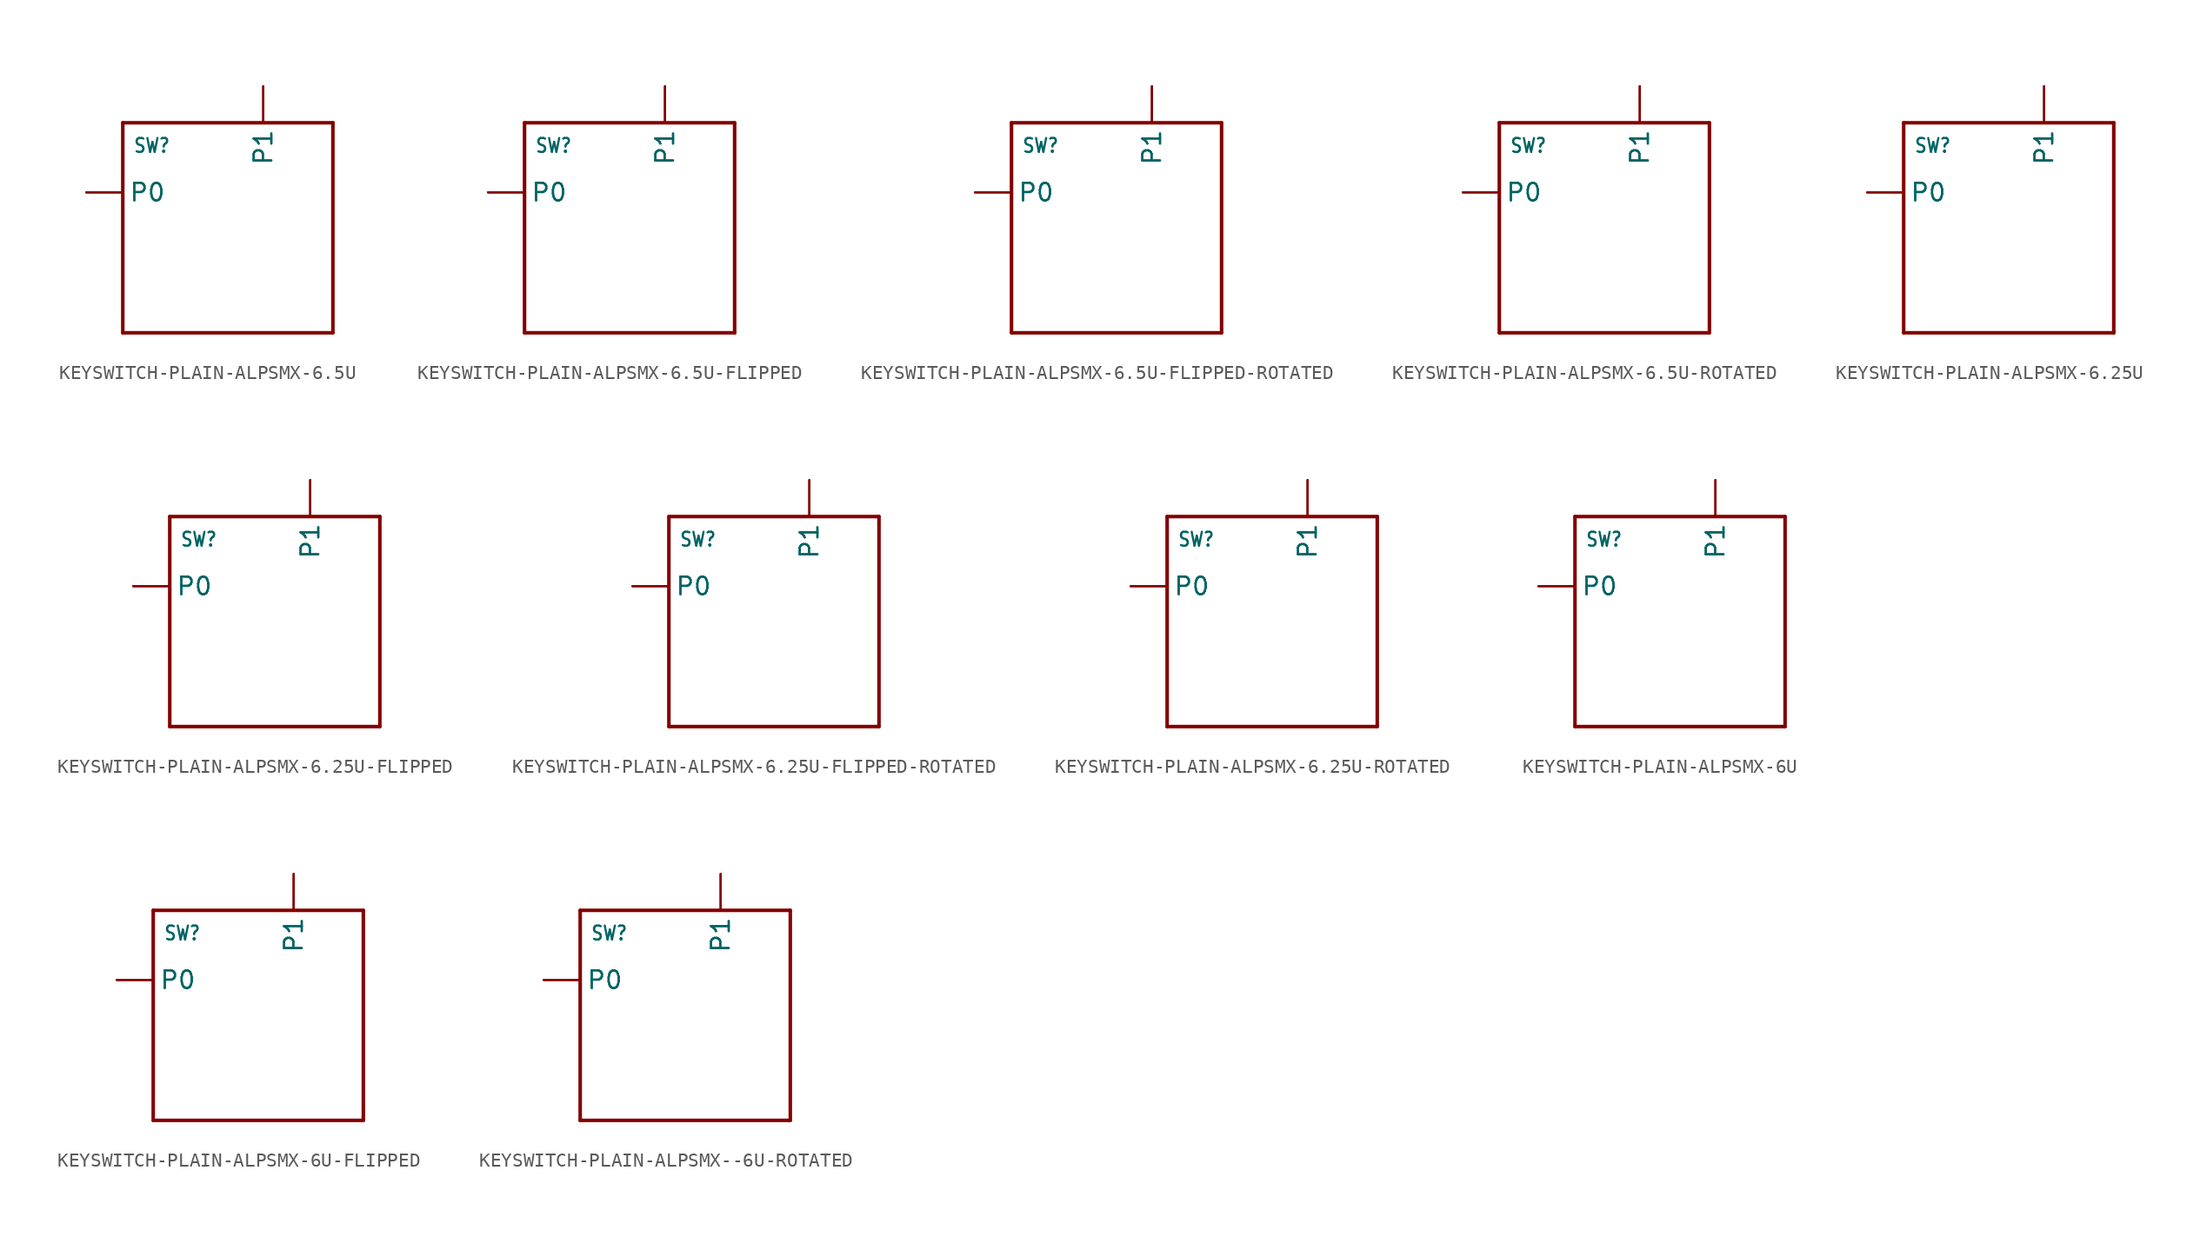
<source format=kicad_sym>
(kicad_symbol_lib
  (version 20211014)
  (generator kicad_symbol_editor)
  (symbol "KEYSWITCH-PLAIN-ALPSMX-6.5U"
    (property "Reference" "SW"
      (at -6.81 5.318 0)
      (effects (font (size 1 0.85)) (justify left bottom)))
    (property "ki_locked" ""
      (at 0 0 0)
      (effects (font (size 1.27 1.27))))
    (symbol "KEYSWITCH-PLAIN-ALPSMX-6.5U_1_0"
      (polyline (pts (xy -7.54 -7.54) (xy -7.54 7.54)) (stroke (width 0.254) (type default) (color 0 0 0 0)) (fill (type none)))
      (polyline (pts (xy -7.54 7.54) (xy 7.54 7.54)) (stroke (width 0.254) (type default) (color 0 0 0 0)) (fill (type none)))
      (polyline (pts (xy 7.54 -7.54) (xy -7.54 -7.54)) (stroke (width 0.254) (type default) (color 0 0 0 0)) (fill (type none)))
      (polyline (pts (xy 7.54 7.54) (xy 7.54 -7.54)) (stroke (width 0.254) (type default) (color 0 0 0 0)) (fill (type none)))
      (pin bidirectional line (at -10.16 2.54 0) (length 2.54) (name "P0" (effects (font (size 1.27 1.27)))) (number "ALPS1" (effects (font (size 0 0)))))
      (pin bidirectional line (at 2.54 10.16 270) (length 2.54) (name "P1" (effects (font (size 1.27 1.27)))) (number "ALPS2" (effects (font (size 0 0)))))
      (pin bidirectional line (at -10.16 2.54 0) (length 2.54) (name "P0" (effects (font (size 1.27 1.27)))) (number "MX1" (effects (font (size 0 0)))))
      (pin bidirectional line (at 2.54 10.16 270) (length 2.54) (name "P1" (effects (font (size 1.27 1.27)))) (number "MX2" (effects (font (size 0 0)))))))
  (symbol "KEYSWITCH-PLAIN-ALPSMX-6.5U-FLIPPED"
    (property "Reference" "SW"
      (at -6.81 5.318 0)
      (effects (font (size 1 0.85)) (justify left bottom)))
    (property "ki_locked" ""
      (at 0 0 0)
      (effects (font (size 1.27 1.27))))
    (symbol "KEYSWITCH-PLAIN-ALPSMX-6.5U-FLIPPED_1_0"
      (polyline (pts (xy -7.54 -7.54) (xy -7.54 7.54)) (stroke (width 0.254) (type default) (color 0 0 0 0)) (fill (type none)))
      (polyline (pts (xy -7.54 7.54) (xy 7.54 7.54)) (stroke (width 0.254) (type default) (color 0 0 0 0)) (fill (type none)))
      (polyline (pts (xy 7.54 -7.54) (xy -7.54 -7.54)) (stroke (width 0.254) (type default) (color 0 0 0 0)) (fill (type none)))
      (polyline (pts (xy 7.54 7.54) (xy 7.54 -7.54)) (stroke (width 0.254) (type default) (color 0 0 0 0)) (fill (type none)))
      (pin bidirectional line (at -10.16 2.54 0) (length 2.54) (name "P0" (effects (font (size 1.27 1.27)))) (number "ALPS1" (effects (font (size 0 0)))))
      (pin bidirectional line (at 2.54 10.16 270) (length 2.54) (name "P1" (effects (font (size 1.27 1.27)))) (number "ALPS2" (effects (font (size 0 0)))))
      (pin bidirectional line (at -10.16 2.54 0) (length 2.54) (name "P0" (effects (font (size 1.27 1.27)))) (number "MX1" (effects (font (size 0 0)))))
      (pin bidirectional line (at 2.54 10.16 270) (length 2.54) (name "P1" (effects (font (size 1.27 1.27)))) (number "MX2" (effects (font (size 0 0)))))))
  (symbol "KEYSWITCH-PLAIN-ALPSMX-6.5U-FLIPPED-ROTATED"
    (property "Reference" "SW"
      (at -6.81 5.318 0)
      (effects (font (size 1 0.85)) (justify left bottom)))
    (property "ki_locked" ""
      (at 0 0 0)
      (effects (font (size 1.27 1.27))))
    (symbol "KEYSWITCH-PLAIN-ALPSMX-6.5U-FLIPPED-ROTATED_1_0"
      (polyline (pts (xy -7.54 -7.54) (xy -7.54 7.54)) (stroke (width 0.254) (type default) (color 0 0 0 0)) (fill (type none)))
      (polyline (pts (xy -7.54 7.54) (xy 7.54 7.54)) (stroke (width 0.254) (type default) (color 0 0 0 0)) (fill (type none)))
      (polyline (pts (xy 7.54 -7.54) (xy -7.54 -7.54)) (stroke (width 0.254) (type default) (color 0 0 0 0)) (fill (type none)))
      (polyline (pts (xy 7.54 7.54) (xy 7.54 -7.54)) (stroke (width 0.254) (type default) (color 0 0 0 0)) (fill (type none)))
      (pin bidirectional line (at -10.16 2.54 0) (length 2.54) (name "P0" (effects (font (size 1.27 1.27)))) (number "ALPS1" (effects (font (size 0 0)))))
      (pin bidirectional line (at 2.54 10.16 270) (length 2.54) (name "P1" (effects (font (size 1.27 1.27)))) (number "ALPS2" (effects (font (size 0 0)))))
      (pin bidirectional line (at -10.16 2.54 0) (length 2.54) (name "P0" (effects (font (size 1.27 1.27)))) (number "MX1" (effects (font (size 0 0)))))
      (pin bidirectional line (at 2.54 10.16 270) (length 2.54) (name "P1" (effects (font (size 1.27 1.27)))) (number "MX2" (effects (font (size 0 0)))))))
  (symbol "KEYSWITCH-PLAIN-ALPSMX-6.5U-ROTATED"
    (property "Reference" "SW"
      (at -6.81 5.318 0)
      (effects (font (size 1 0.85)) (justify left bottom)))
    (property "ki_locked" ""
      (at 0 0 0)
      (effects (font (size 1.27 1.27))))
    (symbol "KEYSWITCH-PLAIN-ALPSMX-6.5U-ROTATED_1_0"
      (polyline (pts (xy -7.54 -7.54) (xy -7.54 7.54)) (stroke (width 0.254) (type default) (color 0 0 0 0)) (fill (type none)))
      (polyline (pts (xy -7.54 7.54) (xy 7.54 7.54)) (stroke (width 0.254) (type default) (color 0 0 0 0)) (fill (type none)))
      (polyline (pts (xy 7.54 -7.54) (xy -7.54 -7.54)) (stroke (width 0.254) (type default) (color 0 0 0 0)) (fill (type none)))
      (polyline (pts (xy 7.54 7.54) (xy 7.54 -7.54)) (stroke (width 0.254) (type default) (color 0 0 0 0)) (fill (type none)))
      (pin bidirectional line (at -10.16 2.54 0) (length 2.54) (name "P0" (effects (font (size 1.27 1.27)))) (number "ALPS1" (effects (font (size 0 0)))))
      (pin bidirectional line (at 2.54 10.16 270) (length 2.54) (name "P1" (effects (font (size 1.27 1.27)))) (number "ALPS2" (effects (font (size 0 0)))))
      (pin bidirectional line (at -10.16 2.54 0) (length 2.54) (name "P0" (effects (font (size 1.27 1.27)))) (number "MX1" (effects (font (size 0 0)))))
      (pin bidirectional line (at 2.54 10.16 270) (length 2.54) (name "P1" (effects (font (size 1.27 1.27)))) (number "MX2" (effects (font (size 0 0)))))))
  (symbol "KEYSWITCH-PLAIN-ALPSMX-6.25U"
    (property "Reference" "SW"
      (at -6.81 5.318 0)
      (effects (font (size 1 0.85)) (justify left bottom)))
    (property "ki_locked" ""
      (at 0 0 0)
      (effects (font (size 1.27 1.27))))
    (symbol "KEYSWITCH-PLAIN-ALPSMX-6.25U_1_0"
      (polyline (pts (xy -7.54 -7.54) (xy -7.54 7.54)) (stroke (width 0.254) (type default) (color 0 0 0 0)) (fill (type none)))
      (polyline (pts (xy -7.54 7.54) (xy 7.54 7.54)) (stroke (width 0.254) (type default) (color 0 0 0 0)) (fill (type none)))
      (polyline (pts (xy 7.54 -7.54) (xy -7.54 -7.54)) (stroke (width 0.254) (type default) (color 0 0 0 0)) (fill (type none)))
      (polyline (pts (xy 7.54 7.54) (xy 7.54 -7.54)) (stroke (width 0.254) (type default) (color 0 0 0 0)) (fill (type none)))
      (pin bidirectional line (at -10.16 2.54 0) (length 2.54) (name "P0" (effects (font (size 1.27 1.27)))) (number "ALPS1" (effects (font (size 0 0)))))
      (pin bidirectional line (at 2.54 10.16 270) (length 2.54) (name "P1" (effects (font (size 1.27 1.27)))) (number "ALPS2" (effects (font (size 0 0)))))
      (pin bidirectional line (at -10.16 2.54 0) (length 2.54) (name "P0" (effects (font (size 1.27 1.27)))) (number "MX1" (effects (font (size 0 0)))))
      (pin bidirectional line (at 2.54 10.16 270) (length 2.54) (name "P1" (effects (font (size 1.27 1.27)))) (number "MX2" (effects (font (size 0 0)))))))
  (symbol "KEYSWITCH-PLAIN-ALPSMX-6.25U-FLIPPED"
    (property "Reference" "SW"
      (at -6.81 5.318 0)
      (effects (font (size 1 0.85)) (justify left bottom)))
    (property "ki_locked" ""
      (at 0 0 0)
      (effects (font (size 1.27 1.27))))
    (symbol "KEYSWITCH-PLAIN-ALPSMX-6.25U-FLIPPED_1_0"
      (polyline (pts (xy -7.54 -7.54) (xy -7.54 7.54)) (stroke (width 0.254) (type default) (color 0 0 0 0)) (fill (type none)))
      (polyline (pts (xy -7.54 7.54) (xy 7.54 7.54)) (stroke (width 0.254) (type default) (color 0 0 0 0)) (fill (type none)))
      (polyline (pts (xy 7.54 -7.54) (xy -7.54 -7.54)) (stroke (width 0.254) (type default) (color 0 0 0 0)) (fill (type none)))
      (polyline (pts (xy 7.54 7.54) (xy 7.54 -7.54)) (stroke (width 0.254) (type default) (color 0 0 0 0)) (fill (type none)))
      (pin bidirectional line (at -10.16 2.54 0) (length 2.54) (name "P0" (effects (font (size 1.27 1.27)))) (number "ALPS1" (effects (font (size 0 0)))))
      (pin bidirectional line (at 2.54 10.16 270) (length 2.54) (name "P1" (effects (font (size 1.27 1.27)))) (number "ALPS2" (effects (font (size 0 0)))))
      (pin bidirectional line (at -10.16 2.54 0) (length 2.54) (name "P0" (effects (font (size 1.27 1.27)))) (number "MX1" (effects (font (size 0 0)))))
      (pin bidirectional line (at 2.54 10.16 270) (length 2.54) (name "P1" (effects (font (size 1.27 1.27)))) (number "MX2" (effects (font (size 0 0)))))))
  (symbol "KEYSWITCH-PLAIN-ALPSMX-6.25U-FLIPPED-ROTATED"
    (property "Reference" "SW"
      (at -6.81 5.318 0)
      (effects (font (size 1 0.85)) (justify left bottom)))
    (property "ki_locked" ""
      (at 0 0 0)
      (effects (font (size 1.27 1.27))))
    (symbol "KEYSWITCH-PLAIN-ALPSMX-6.25U-FLIPPED-ROTATED_1_0"
      (polyline (pts (xy -7.54 -7.54) (xy -7.54 7.54)) (stroke (width 0.254) (type default) (color 0 0 0 0)) (fill (type none)))
      (polyline (pts (xy -7.54 7.54) (xy 7.54 7.54)) (stroke (width 0.254) (type default) (color 0 0 0 0)) (fill (type none)))
      (polyline (pts (xy 7.54 -7.54) (xy -7.54 -7.54)) (stroke (width 0.254) (type default) (color 0 0 0 0)) (fill (type none)))
      (polyline (pts (xy 7.54 7.54) (xy 7.54 -7.54)) (stroke (width 0.254) (type default) (color 0 0 0 0)) (fill (type none)))
      (pin bidirectional line (at -10.16 2.54 0) (length 2.54) (name "P0" (effects (font (size 1.27 1.27)))) (number "ALPS1" (effects (font (size 0 0)))))
      (pin bidirectional line (at 2.54 10.16 270) (length 2.54) (name "P1" (effects (font (size 1.27 1.27)))) (number "ALPS2" (effects (font (size 0 0)))))
      (pin bidirectional line (at -10.16 2.54 0) (length 2.54) (name "P0" (effects (font (size 1.27 1.27)))) (number "MX1" (effects (font (size 0 0)))))
      (pin bidirectional line (at 2.54 10.16 270) (length 2.54) (name "P1" (effects (font (size 1.27 1.27)))) (number "MX2" (effects (font (size 0 0)))))))
  (symbol "KEYSWITCH-PLAIN-ALPSMX-6.25U-ROTATED"
    (property "Reference" "SW"
      (at -6.81 5.318 0)
      (effects (font (size 1 0.85)) (justify left bottom)))
    (property "ki_locked" ""
      (at 0 0 0)
      (effects (font (size 1.27 1.27))))
    (symbol "KEYSWITCH-PLAIN-ALPSMX-6.25U-ROTATED_1_0"
      (polyline (pts (xy -7.54 -7.54) (xy -7.54 7.54)) (stroke (width 0.254) (type default) (color 0 0 0 0)) (fill (type none)))
      (polyline (pts (xy -7.54 7.54) (xy 7.54 7.54)) (stroke (width 0.254) (type default) (color 0 0 0 0)) (fill (type none)))
      (polyline (pts (xy 7.54 -7.54) (xy -7.54 -7.54)) (stroke (width 0.254) (type default) (color 0 0 0 0)) (fill (type none)))
      (polyline (pts (xy 7.54 7.54) (xy 7.54 -7.54)) (stroke (width 0.254) (type default) (color 0 0 0 0)) (fill (type none)))
      (pin bidirectional line (at -10.16 2.54 0) (length 2.54) (name "P0" (effects (font (size 1.27 1.27)))) (number "ALPS1" (effects (font (size 0 0)))))
      (pin bidirectional line (at 2.54 10.16 270) (length 2.54) (name "P1" (effects (font (size 1.27 1.27)))) (number "ALPS2" (effects (font (size 0 0)))))
      (pin bidirectional line (at -10.16 2.54 0) (length 2.54) (name "P0" (effects (font (size 1.27 1.27)))) (number "MX1" (effects (font (size 0 0)))))
      (pin bidirectional line (at 2.54 10.16 270) (length 2.54) (name "P1" (effects (font (size 1.27 1.27)))) (number "MX2" (effects (font (size 0 0)))))))
  (symbol "KEYSWITCH-PLAIN-ALPSMX-6U"
    (property "Reference" "SW"
      (at -6.81 5.318 0)
      (effects (font (size 1 0.85)) (justify left bottom)))
    (property "ki_locked" ""
      (at 0 0 0)
      (effects (font (size 1.27 1.27))))
    (symbol "KEYSWITCH-PLAIN-ALPSMX-6U_1_0"
      (polyline (pts (xy -7.54 -7.54) (xy -7.54 7.54)) (stroke (width 0.254) (type default) (color 0 0 0 0)) (fill (type none)))
      (polyline (pts (xy -7.54 7.54) (xy 7.54 7.54)) (stroke (width 0.254) (type default) (color 0 0 0 0)) (fill (type none)))
      (polyline (pts (xy 7.54 -7.54) (xy -7.54 -7.54)) (stroke (width 0.254) (type default) (color 0 0 0 0)) (fill (type none)))
      (polyline (pts (xy 7.54 7.54) (xy 7.54 -7.54)) (stroke (width 0.254) (type default) (color 0 0 0 0)) (fill (type none)))
      (pin bidirectional line (at -10.16 2.54 0) (length 2.54) (name "P0" (effects (font (size 1.27 1.27)))) (number "ALPS1" (effects (font (size 0 0)))))
      (pin bidirectional line (at 2.54 10.16 270) (length 2.54) (name "P1" (effects (font (size 1.27 1.27)))) (number "ALPS2" (effects (font (size 0 0)))))
      (pin bidirectional line (at -10.16 2.54 0) (length 2.54) (name "P0" (effects (font (size 1.27 1.27)))) (number "MX1" (effects (font (size 0 0)))))
      (pin bidirectional line (at 2.54 10.16 270) (length 2.54) (name "P1" (effects (font (size 1.27 1.27)))) (number "MX2" (effects (font (size 0 0)))))))
  (symbol "KEYSWITCH-PLAIN-ALPSMX-6U-FLIPPED"
    (property "Reference" "SW"
      (at -6.81 5.318 0)
      (effects (font (size 1 0.85)) (justify left bottom)))
    (property "ki_locked" ""
      (at 0 0 0)
      (effects (font (size 1.27 1.27))))
    (symbol "KEYSWITCH-PLAIN-ALPSMX-6U-FLIPPED_1_0"
      (polyline (pts (xy -7.54 -7.54) (xy -7.54 7.54)) (stroke (width 0.254) (type default) (color 0 0 0 0)) (fill (type none)))
      (polyline (pts (xy -7.54 7.54) (xy 7.54 7.54)) (stroke (width 0.254) (type default) (color 0 0 0 0)) (fill (type none)))
      (polyline (pts (xy 7.54 -7.54) (xy -7.54 -7.54)) (stroke (width 0.254) (type default) (color 0 0 0 0)) (fill (type none)))
      (polyline (pts (xy 7.54 7.54) (xy 7.54 -7.54)) (stroke (width 0.254) (type default) (color 0 0 0 0)) (fill (type none)))
      (pin bidirectional line (at -10.16 2.54 0) (length 2.54) (name "P0" (effects (font (size 1.27 1.27)))) (number "ALPS1" (effects (font (size 0 0)))))
      (pin bidirectional line (at 2.54 10.16 270) (length 2.54) (name "P1" (effects (font (size 1.27 1.27)))) (number "ALPS2" (effects (font (size 0 0)))))
      (pin bidirectional line (at -10.16 2.54 0) (length 2.54) (name "P0" (effects (font (size 1.27 1.27)))) (number "MX1" (effects (font (size 0 0)))))
      (pin bidirectional line (at 2.54 10.16 270) (length 2.54) (name "P1" (effects (font (size 1.27 1.27)))) (number "MX2" (effects (font (size 0 0)))))))
  (symbol "KEYSWITCH-PLAIN-ALPSMX--6U-ROTATED"
    (property "Reference" "SW"
      (at -6.81 5.318 0)
      (effects (font (size 1 0.85)) (justify left bottom)))
    (property "ki_locked" ""
      (at 0 0 0)
      (effects (font (size 1.27 1.27))))
    (symbol "KEYSWITCH-PLAIN-ALPSMX--6U-ROTATED_1_0"
      (polyline (pts (xy -7.54 -7.54) (xy -7.54 7.54)) (stroke (width 0.254) (type default) (color 0 0 0 0)) (fill (type none)))
      (polyline (pts (xy -7.54 7.54) (xy 7.54 7.54)) (stroke (width 0.254) (type default) (color 0 0 0 0)) (fill (type none)))
      (polyline (pts (xy 7.54 -7.54) (xy -7.54 -7.54)) (stroke (width 0.254) (type default) (color 0 0 0 0)) (fill (type none)))
      (polyline (pts (xy 7.54 7.54) (xy 7.54 -7.54)) (stroke (width 0.254) (type default) (color 0 0 0 0)) (fill (type none)))
      (pin bidirectional line (at -10.16 2.54 0) (length 2.54) (name "P0" (effects (font (size 1.27 1.27)))) (number "ALPS1" (effects (font (size 0 0)))))
      (pin bidirectional line (at 2.54 10.16 270) (length 2.54) (name "P1" (effects (font (size 1.27 1.27)))) (number "ALPS2" (effects (font (size 0 0)))))
      (pin bidirectional line (at -10.16 2.54 0) (length 2.54) (name "P0" (effects (font (size 1.27 1.27)))) (number "MX1" (effects (font (size 0 0)))))
      (pin bidirectional line (at 2.54 10.16 270) (length 2.54) (name "P1" (effects (font (size 1.27 1.27)))) (number "MX2" (effects (font (size 0 0))))))))
</source>
